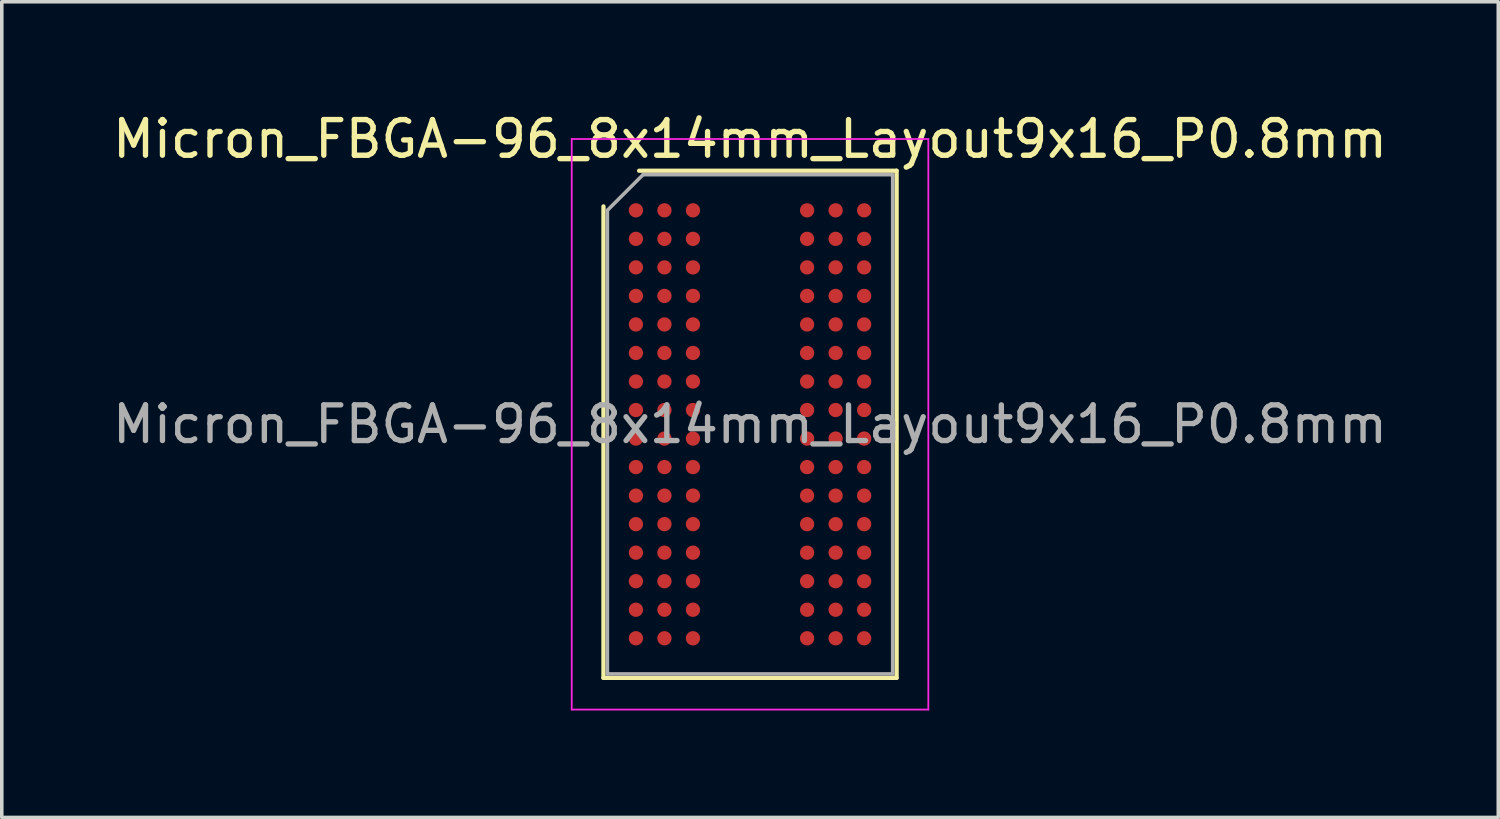
<source format=kicad_pcb>
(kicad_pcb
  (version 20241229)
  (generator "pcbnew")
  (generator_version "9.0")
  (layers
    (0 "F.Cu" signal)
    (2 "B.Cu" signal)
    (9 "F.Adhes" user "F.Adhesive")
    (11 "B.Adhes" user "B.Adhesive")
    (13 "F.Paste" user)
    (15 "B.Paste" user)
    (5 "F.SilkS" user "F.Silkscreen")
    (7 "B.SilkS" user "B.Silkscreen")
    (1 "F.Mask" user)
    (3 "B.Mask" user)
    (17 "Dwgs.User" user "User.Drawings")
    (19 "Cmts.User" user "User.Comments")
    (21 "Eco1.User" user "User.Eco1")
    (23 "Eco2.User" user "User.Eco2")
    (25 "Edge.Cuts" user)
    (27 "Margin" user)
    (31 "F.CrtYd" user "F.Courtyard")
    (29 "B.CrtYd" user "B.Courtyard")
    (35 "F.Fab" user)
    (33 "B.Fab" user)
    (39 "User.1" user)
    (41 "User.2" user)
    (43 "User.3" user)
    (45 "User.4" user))
  (footprint "Micron_FBGA-96_8x14mm_Layout9x16_P0.8mm"
    (layer "F.Cu")
    (at 17.982 8.848)
    (property "Reference" "Micron_FBGA-96_8x14mm_Layout9x16_P0.8mm" (at 0 -8 0) (layer "F.SilkS") (effects (font (size 1 1) (thickness 0.15))))
    (attr smd)
    (fp_line (start -4.11 7.11) (end -4.11 -6.11) (stroke (width 0.12) (type solid)) (layer "F.SilkS"))
    (fp_line (start -3.11 -7.11) (end 4.11 -7.11) (stroke (width 0.12) (type solid)) (layer "F.SilkS"))
    (fp_line (start 4.11 -7.11) (end 4.11 7.11) (stroke (width 0.12) (type solid)) (layer "F.SilkS"))
    (fp_line (start 4.11 7.11) (end -4.11 7.11) (stroke (width 0.12) (type solid)) (layer "F.SilkS"))
    (fp_line (start -5 -8) (end -5 8) (stroke (width 0.05) (type solid)) (layer "F.CrtYd"))
    (fp_line (start -5 8) (end 5 8) (stroke (width 0.05) (type solid)) (layer "F.CrtYd"))
    (fp_line (start 5 -8) (end -5 -8) (stroke (width 0.05) (type solid)) (layer "F.CrtYd"))
    (fp_line (start 5 8) (end 5 -8) (stroke (width 0.05) (type solid)) (layer "F.CrtYd"))
    (fp_line (start -4 -6) (end -3 -7) (stroke (width 0.1) (type solid)) (layer "F.Fab"))
    (fp_line (start -4 7) (end -4 -6) (stroke (width 0.1) (type solid)) (layer "F.Fab"))
    (fp_line (start -3 -7) (end 4 -7) (stroke (width 0.1) (type solid)) (layer "F.Fab"))
    (fp_line (start 4 -7) (end 4 7) (stroke (width 0.1) (type solid)) (layer "F.Fab"))
    (fp_line (start 4 7) (end -4 7) (stroke (width 0.1) (type solid)) (layer "F.Fab"))
    (fp_text user "${REFERENCE}" (at 0 0 0) (layer "F.Fab") (effects (font (size 1 1) (thickness 0.15))))
    (pad "A1" smd circle (at -3.2 -6) (size 0.4 0.4) (layers "F.Cu" "F.Mask" "F.Paste"))
    (pad "A2" smd circle (at -2.4 -6) (size 0.4 0.4) (layers "F.Cu" "F.Mask" "F.Paste"))
    (pad "A3" smd circle (at -1.6 -6) (size 0.4 0.4) (layers "F.Cu" "F.Mask" "F.Paste"))
    (pad "A7" smd circle (at 1.6 -6) (size 0.4 0.4) (layers "F.Cu" "F.Mask" "F.Paste"))
    (pad "A8" smd circle (at 2.4 -6) (size 0.4 0.4) (layers "F.Cu" "F.Mask" "F.Paste"))
    (pad "A9" smd circle (at 3.2 -6) (size 0.4 0.4) (layers "F.Cu" "F.Mask" "F.Paste"))
    (pad "B1" smd circle (at -3.2 -5.2) (size 0.4 0.4) (layers "F.Cu" "F.Mask" "F.Paste"))
    (pad "B2" smd circle (at -2.4 -5.2) (size 0.4 0.4) (layers "F.Cu" "F.Mask" "F.Paste"))
    (pad "B3" smd circle (at -1.6 -5.2) (size 0.4 0.4) (layers "F.Cu" "F.Mask" "F.Paste"))
    (pad "B7" smd circle (at 1.6 -5.2) (size 0.4 0.4) (layers "F.Cu" "F.Mask" "F.Paste"))
    (pad "B8" smd circle (at 2.4 -5.2) (size 0.4 0.4) (layers "F.Cu" "F.Mask" "F.Paste"))
    (pad "B9" smd circle (at 3.2 -5.2) (size 0.4 0.4) (layers "F.Cu" "F.Mask" "F.Paste"))
    (pad "C1" smd circle (at -3.2 -4.4) (size 0.4 0.4) (layers "F.Cu" "F.Mask" "F.Paste"))
    (pad "C2" smd circle (at -2.4 -4.4) (size 0.4 0.4) (layers "F.Cu" "F.Mask" "F.Paste"))
    (pad "C3" smd circle (at -1.6 -4.4) (size 0.4 0.4) (layers "F.Cu" "F.Mask" "F.Paste"))
    (pad "C7" smd circle (at 1.6 -4.4) (size 0.4 0.4) (layers "F.Cu" "F.Mask" "F.Paste"))
    (pad "C8" smd circle (at 2.4 -4.4) (size 0.4 0.4) (layers "F.Cu" "F.Mask" "F.Paste"))
    (pad "C9" smd circle (at 3.2 -4.4) (size 0.4 0.4) (layers "F.Cu" "F.Mask" "F.Paste"))
    (pad "D1" smd circle (at -3.2 -3.6) (size 0.4 0.4) (layers "F.Cu" "F.Mask" "F.Paste"))
    (pad "D2" smd circle (at -2.4 -3.6) (size 0.4 0.4) (layers "F.Cu" "F.Mask" "F.Paste"))
    (pad "D3" smd circle (at -1.6 -3.6) (size 0.4 0.4) (layers "F.Cu" "F.Mask" "F.Paste"))
    (pad "D7" smd circle (at 1.6 -3.6) (size 0.4 0.4) (layers "F.Cu" "F.Mask" "F.Paste"))
    (pad "D8" smd circle (at 2.4 -3.6) (size 0.4 0.4) (layers "F.Cu" "F.Mask" "F.Paste"))
    (pad "D9" smd circle (at 3.2 -3.6) (size 0.4 0.4) (layers "F.Cu" "F.Mask" "F.Paste"))
    (pad "E1" smd circle (at -3.2 -2.8) (size 0.4 0.4) (layers "F.Cu" "F.Mask" "F.Paste"))
    (pad "E2" smd circle (at -2.4 -2.8) (size 0.4 0.4) (layers "F.Cu" "F.Mask" "F.Paste"))
    (pad "E3" smd circle (at -1.6 -2.8) (size 0.4 0.4) (layers "F.Cu" "F.Mask" "F.Paste"))
    (pad "E7" smd circle (at 1.6 -2.8) (size 0.4 0.4) (layers "F.Cu" "F.Mask" "F.Paste"))
    (pad "E8" smd circle (at 2.4 -2.8) (size 0.4 0.4) (layers "F.Cu" "F.Mask" "F.Paste"))
    (pad "E9" smd circle (at 3.2 -2.8) (size 0.4 0.4) (layers "F.Cu" "F.Mask" "F.Paste"))
    (pad "F1" smd circle (at -3.2 -2) (size 0.4 0.4) (layers "F.Cu" "F.Mask" "F.Paste"))
    (pad "F2" smd circle (at -2.4 -2) (size 0.4 0.4) (layers "F.Cu" "F.Mask" "F.Paste"))
    (pad "F3" smd circle (at -1.6 -2) (size 0.4 0.4) (layers "F.Cu" "F.Mask" "F.Paste"))
    (pad "F7" smd circle (at 1.6 -2) (size 0.4 0.4) (layers "F.Cu" "F.Mask" "F.Paste"))
    (pad "F8" smd circle (at 2.4 -2) (size 0.4 0.4) (layers "F.Cu" "F.Mask" "F.Paste"))
    (pad "F9" smd circle (at 3.2 -2) (size 0.4 0.4) (layers "F.Cu" "F.Mask" "F.Paste"))
    (pad "G1" smd circle (at -3.2 -1.2) (size 0.4 0.4) (layers "F.Cu" "F.Mask" "F.Paste"))
    (pad "G2" smd circle (at -2.4 -1.2) (size 0.4 0.4) (layers "F.Cu" "F.Mask" "F.Paste"))
    (pad "G3" smd circle (at -1.6 -1.2) (size 0.4 0.4) (layers "F.Cu" "F.Mask" "F.Paste"))
    (pad "G7" smd circle (at 1.6 -1.2) (size 0.4 0.4) (layers "F.Cu" "F.Mask" "F.Paste"))
    (pad "G8" smd circle (at 2.4 -1.2) (size 0.4 0.4) (layers "F.Cu" "F.Mask" "F.Paste"))
    (pad "G9" smd circle (at 3.2 -1.2) (size 0.4 0.4) (layers "F.Cu" "F.Mask" "F.Paste"))
    (pad "H1" smd circle (at -3.2 -0.4) (size 0.4 0.4) (layers "F.Cu" "F.Mask" "F.Paste"))
    (pad "H2" smd circle (at -2.4 -0.4) (size 0.4 0.4) (layers "F.Cu" "F.Mask" "F.Paste"))
    (pad "H3" smd circle (at -1.6 -0.4) (size 0.4 0.4) (layers "F.Cu" "F.Mask" "F.Paste"))
    (pad "H7" smd circle (at 1.6 -0.4) (size 0.4 0.4) (layers "F.Cu" "F.Mask" "F.Paste"))
    (pad "H8" smd circle (at 2.4 -0.4) (size 0.4 0.4) (layers "F.Cu" "F.Mask" "F.Paste"))
    (pad "H9" smd circle (at 3.2 -0.4) (size 0.4 0.4) (layers "F.Cu" "F.Mask" "F.Paste"))
    (pad "J1" smd circle (at -3.2 0.4) (size 0.4 0.4) (layers "F.Cu" "F.Mask" "F.Paste"))
    (pad "J2" smd circle (at -2.4 0.4) (size 0.4 0.4) (layers "F.Cu" "F.Mask" "F.Paste"))
    (pad "J3" smd circle (at -1.6 0.4) (size 0.4 0.4) (layers "F.Cu" "F.Mask" "F.Paste"))
    (pad "J7" smd circle (at 1.6 0.4) (size 0.4 0.4) (layers "F.Cu" "F.Mask" "F.Paste"))
    (pad "J8" smd circle (at 2.4 0.4) (size 0.4 0.4) (layers "F.Cu" "F.Mask" "F.Paste"))
    (pad "J9" smd circle (at 3.2 0.4) (size 0.4 0.4) (layers "F.Cu" "F.Mask" "F.Paste"))
    (pad "K1" smd circle (at -3.2 1.2) (size 0.4 0.4) (layers "F.Cu" "F.Mask" "F.Paste"))
    (pad "K2" smd circle (at -2.4 1.2) (size 0.4 0.4) (layers "F.Cu" "F.Mask" "F.Paste"))
    (pad "K3" smd circle (at -1.6 1.2) (size 0.4 0.4) (layers "F.Cu" "F.Mask" "F.Paste"))
    (pad "K7" smd circle (at 1.6 1.2) (size 0.4 0.4) (layers "F.Cu" "F.Mask" "F.Paste"))
    (pad "K8" smd circle (at 2.4 1.2) (size 0.4 0.4) (layers "F.Cu" "F.Mask" "F.Paste"))
    (pad "K9" smd circle (at 3.2 1.2) (size 0.4 0.4) (layers "F.Cu" "F.Mask" "F.Paste"))
    (pad "L1" smd circle (at -3.2 2) (size 0.4 0.4) (layers "F.Cu" "F.Mask" "F.Paste"))
    (pad "L2" smd circle (at -2.4 2) (size 0.4 0.4) (layers "F.Cu" "F.Mask" "F.Paste"))
    (pad "L3" smd circle (at -1.6 2) (size 0.4 0.4) (layers "F.Cu" "F.Mask" "F.Paste"))
    (pad "L7" smd circle (at 1.6 2) (size 0.4 0.4) (layers "F.Cu" "F.Mask" "F.Paste"))
    (pad "L8" smd circle (at 2.4 2) (size 0.4 0.4) (layers "F.Cu" "F.Mask" "F.Paste"))
    (pad "L9" smd circle (at 3.2 2) (size 0.4 0.4) (layers "F.Cu" "F.Mask" "F.Paste"))
    (pad "M1" smd circle (at -3.2 2.8) (size 0.4 0.4) (layers "F.Cu" "F.Mask" "F.Paste"))
    (pad "M2" smd circle (at -2.4 2.8) (size 0.4 0.4) (layers "F.Cu" "F.Mask" "F.Paste"))
    (pad "M3" smd circle (at -1.6 2.8) (size 0.4 0.4) (layers "F.Cu" "F.Mask" "F.Paste"))
    (pad "M7" smd circle (at 1.6 2.8) (size 0.4 0.4) (layers "F.Cu" "F.Mask" "F.Paste"))
    (pad "M8" smd circle (at 2.4 2.8) (size 0.4 0.4) (layers "F.Cu" "F.Mask" "F.Paste"))
    (pad "M9" smd circle (at 3.2 2.8) (size 0.4 0.4) (layers "F.Cu" "F.Mask" "F.Paste"))
    (pad "N1" smd circle (at -3.2 3.6) (size 0.4 0.4) (layers "F.Cu" "F.Mask" "F.Paste"))
    (pad "N2" smd circle (at -2.4 3.6) (size 0.4 0.4) (layers "F.Cu" "F.Mask" "F.Paste"))
    (pad "N3" smd circle (at -1.6 3.6) (size 0.4 0.4) (layers "F.Cu" "F.Mask" "F.Paste"))
    (pad "N7" smd circle (at 1.6 3.6) (size 0.4 0.4) (layers "F.Cu" "F.Mask" "F.Paste"))
    (pad "N8" smd circle (at 2.4 3.6) (size 0.4 0.4) (layers "F.Cu" "F.Mask" "F.Paste"))
    (pad "N9" smd circle (at 3.2 3.6) (size 0.4 0.4) (layers "F.Cu" "F.Mask" "F.Paste"))
    (pad "P1" smd circle (at -3.2 4.4) (size 0.4 0.4) (layers "F.Cu" "F.Mask" "F.Paste"))
    (pad "P2" smd circle (at -2.4 4.4) (size 0.4 0.4) (layers "F.Cu" "F.Mask" "F.Paste"))
    (pad "P3" smd circle (at -1.6 4.4) (size 0.4 0.4) (layers "F.Cu" "F.Mask" "F.Paste"))
    (pad "P7" smd circle (at 1.6 4.4) (size 0.4 0.4) (layers "F.Cu" "F.Mask" "F.Paste"))
    (pad "P8" smd circle (at 2.4 4.4) (size 0.4 0.4) (layers "F.Cu" "F.Mask" "F.Paste"))
    (pad "P9" smd circle (at 3.2 4.4) (size 0.4 0.4) (layers "F.Cu" "F.Mask" "F.Paste"))
    (pad "R1" smd circle (at -3.2 5.2) (size 0.4 0.4) (layers "F.Cu" "F.Mask" "F.Paste"))
    (pad "R2" smd circle (at -2.4 5.2) (size 0.4 0.4) (layers "F.Cu" "F.Mask" "F.Paste"))
    (pad "R3" smd circle (at -1.6 5.2) (size 0.4 0.4) (layers "F.Cu" "F.Mask" "F.Paste"))
    (pad "R7" smd circle (at 1.6 5.2) (size 0.4 0.4) (layers "F.Cu" "F.Mask" "F.Paste"))
    (pad "R8" smd circle (at 2.4 5.2) (size 0.4 0.4) (layers "F.Cu" "F.Mask" "F.Paste"))
    (pad "R9" smd circle (at 3.2 5.2) (size 0.4 0.4) (layers "F.Cu" "F.Mask" "F.Paste"))
    (pad "T1" smd circle (at -3.2 6) (size 0.4 0.4) (layers "F.Cu" "F.Mask" "F.Paste"))
    (pad "T2" smd circle (at -2.4 6) (size 0.4 0.4) (layers "F.Cu" "F.Mask" "F.Paste"))
    (pad "T3" smd circle (at -1.6 6) (size 0.4 0.4) (layers "F.Cu" "F.Mask" "F.Paste"))
    (pad "T7" smd circle (at 1.6 6) (size 0.4 0.4) (layers "F.Cu" "F.Mask" "F.Paste"))
    (pad "T8" smd circle (at 2.4 6) (size 0.4 0.4) (layers "F.Cu" "F.Mask" "F.Paste"))
    (pad "T9" smd circle (at 3.2 6) (size 0.4 0.4) (layers "F.Cu" "F.Mask" "F.Paste")))
  (gr_rect
    (start -3 -3)
    (end 38.964 19.873)
    (stroke (width 0.1) (type default))
    (fill no)
    (layer "Edge.Cuts")))
</source>
